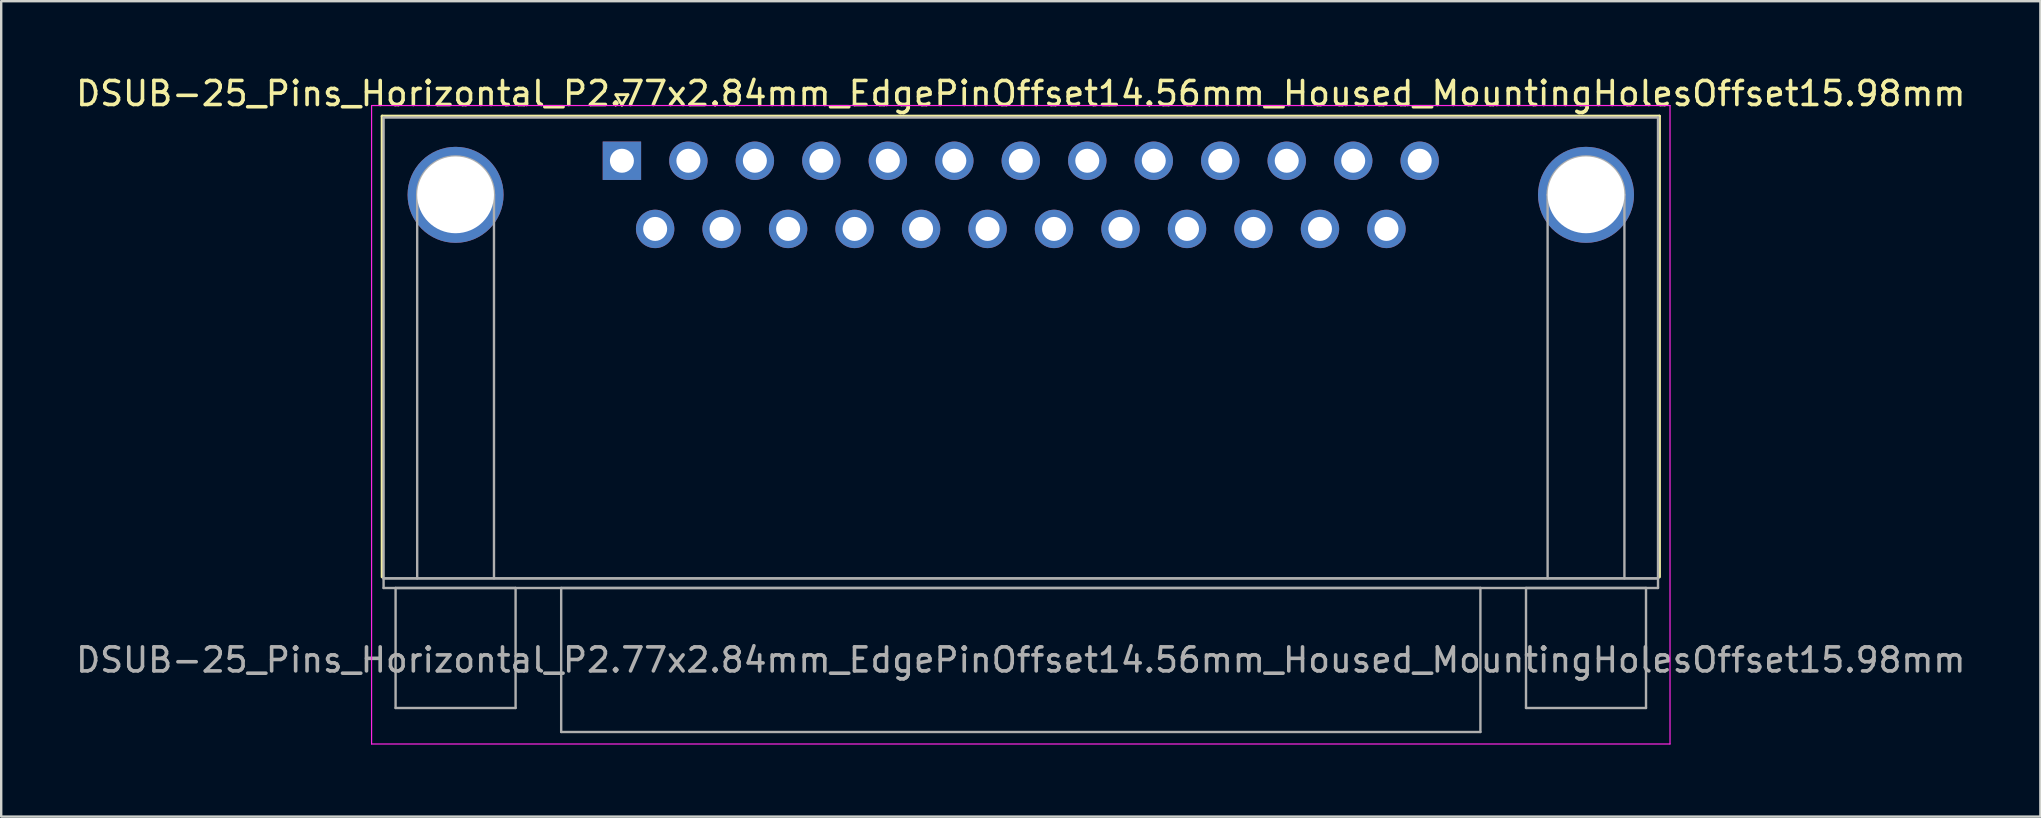
<source format=kicad_pcb>
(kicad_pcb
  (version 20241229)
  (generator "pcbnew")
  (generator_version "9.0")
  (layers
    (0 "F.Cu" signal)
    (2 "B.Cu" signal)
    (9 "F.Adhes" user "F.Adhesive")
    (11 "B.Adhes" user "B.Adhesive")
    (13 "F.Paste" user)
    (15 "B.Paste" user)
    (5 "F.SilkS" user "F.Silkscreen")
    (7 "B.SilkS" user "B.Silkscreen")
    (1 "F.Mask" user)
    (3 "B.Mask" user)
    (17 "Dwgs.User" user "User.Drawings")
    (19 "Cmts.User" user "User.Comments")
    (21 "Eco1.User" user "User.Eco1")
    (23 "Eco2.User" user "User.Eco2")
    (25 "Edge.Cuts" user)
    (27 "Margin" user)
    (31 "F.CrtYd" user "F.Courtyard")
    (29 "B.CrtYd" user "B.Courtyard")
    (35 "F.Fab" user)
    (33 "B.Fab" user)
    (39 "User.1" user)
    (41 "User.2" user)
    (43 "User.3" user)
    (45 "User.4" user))
  (footprint "DSUB-25_Pins_Horizontal_P2.77x2.84mm_EdgePinOffset14.56mm_Housed_MountingHolesOffset15.98mm"
    (layer "F.Cu")
    (at 22.862 3.648)
    (property "Reference" "DSUB-25_Pins_Horizontal_P2.77x2.84mm_EdgePinOffset14.56mm_Housed_MountingHolesOffset15.98mm" (at 16.62 -2.8 0) (layer "F.SilkS") (effects (font (size 1 1) (thickness 0.15))))
    (attr through_hole)
    (fp_line (start -9.99 -1.86) (end 43.23 -1.86) (stroke (width 0.12) (type solid)) (layer "F.SilkS"))
    (fp_line (start -9.99 17.34) (end -9.99 -1.86) (stroke (width 0.12) (type solid)) (layer "F.SilkS"))
    (fp_line (start -0.25 -2.754) (end 0.25 -2.754) (stroke (width 0.12) (type solid)) (layer "F.SilkS"))
    (fp_line (start 0 -2.321) (end -0.25 -2.754) (stroke (width 0.12) (type solid)) (layer "F.SilkS"))
    (fp_line (start 0.25 -2.754) (end 0 -2.321) (stroke (width 0.12) (type solid)) (layer "F.SilkS"))
    (fp_line (start 43.23 -1.86) (end 43.23 17.34) (stroke (width 0.12) (type solid)) (layer "F.SilkS"))
    (fp_line (start -10.43 -2.3) (end -10.43 24.3) (stroke (width 0.05) (type solid)) (layer "F.CrtYd"))
    (fp_line (start -10.43 24.3) (end 43.67 24.3) (stroke (width 0.05) (type solid)) (layer "F.CrtYd"))
    (fp_line (start 43.67 -2.3) (end -10.43 -2.3) (stroke (width 0.05) (type solid)) (layer "F.CrtYd"))
    (fp_line (start 43.67 24.3) (end 43.67 -2.3) (stroke (width 0.05) (type solid)) (layer "F.CrtYd"))
    (fp_line (start -9.93 -1.8) (end -9.93 17.4) (stroke (width 0.1) (type solid)) (layer "F.Fab"))
    (fp_line (start -9.93 17.4) (end -9.93 17.8) (stroke (width 0.1) (type solid)) (layer "F.Fab"))
    (fp_line (start -9.93 17.4) (end 43.17 17.4) (stroke (width 0.1) (type solid)) (layer "F.Fab"))
    (fp_line (start -9.93 17.8) (end 43.17 17.8) (stroke (width 0.1) (type solid)) (layer "F.Fab"))
    (fp_line (start -9.43 17.8) (end -9.43 22.8) (stroke (width 0.1) (type solid)) (layer "F.Fab"))
    (fp_line (start -9.43 22.8) (end -4.43 22.8) (stroke (width 0.1) (type solid)) (layer "F.Fab"))
    (fp_line (start -8.53 17.4) (end -8.53 1.42) (stroke (width 0.1) (type solid)) (layer "F.Fab"))
    (fp_line (start -5.33 17.4) (end -5.33 1.42) (stroke (width 0.1) (type solid)) (layer "F.Fab"))
    (fp_line (start -4.43 17.8) (end -9.43 17.8) (stroke (width 0.1) (type solid)) (layer "F.Fab"))
    (fp_line (start -4.43 22.8) (end -4.43 17.8) (stroke (width 0.1) (type solid)) (layer "F.Fab"))
    (fp_line (start -2.53 17.8) (end -2.53 23.8) (stroke (width 0.1) (type solid)) (layer "F.Fab"))
    (fp_line (start -2.53 23.8) (end 35.77 23.8) (stroke (width 0.1) (type solid)) (layer "F.Fab"))
    (fp_line (start 35.77 17.8) (end -2.53 17.8) (stroke (width 0.1) (type solid)) (layer "F.Fab"))
    (fp_line (start 35.77 23.8) (end 35.77 17.8) (stroke (width 0.1) (type solid)) (layer "F.Fab"))
    (fp_line (start 37.67 17.8) (end 37.67 22.8) (stroke (width 0.1) (type solid)) (layer "F.Fab"))
    (fp_line (start 37.67 22.8) (end 42.67 22.8) (stroke (width 0.1) (type solid)) (layer "F.Fab"))
    (fp_line (start 38.57 17.4) (end 38.57 1.42) (stroke (width 0.1) (type solid)) (layer "F.Fab"))
    (fp_line (start 41.77 17.4) (end 41.77 1.42) (stroke (width 0.1) (type solid)) (layer "F.Fab"))
    (fp_line (start 42.67 17.8) (end 37.67 17.8) (stroke (width 0.1) (type solid)) (layer "F.Fab"))
    (fp_line (start 42.67 22.8) (end 42.67 17.8) (stroke (width 0.1) (type solid)) (layer "F.Fab"))
    (fp_line (start 43.17 -1.8) (end -9.93 -1.8) (stroke (width 0.1) (type solid)) (layer "F.Fab"))
    (fp_line (start 43.17 17.4) (end -9.93 17.4) (stroke (width 0.1) (type solid)) (layer "F.Fab"))
    (fp_line (start 43.17 17.4) (end 43.17 -1.8) (stroke (width 0.1) (type solid)) (layer "F.Fab"))
    (fp_line (start 43.17 17.8) (end 43.17 17.4) (stroke (width 0.1) (type solid)) (layer "F.Fab"))
    (fp_arc (start -8.53 1.42) (mid -6.93 -0.18) (end -5.33 1.42) (stroke (width 0.1) (type solid)) (layer "F.Fab"))
    (fp_arc (start 38.57 1.42) (mid 40.17 -0.18) (end 41.77 1.42) (stroke (width 0.1) (type solid)) (layer "F.Fab"))
    (fp_text user "${REFERENCE}" (at 16.62 20.8 0) (layer "F.Fab") (effects (font (size 1 1) (thickness 0.15))))
    (pad "0" thru_hole circle (at -6.93 1.42) (size 4 4) (drill 3.2) (layers "*.Cu" "*.Mask"))
    (pad "0" thru_hole circle (at 40.17 1.42) (size 4 4) (drill 3.2) (layers "*.Cu" "*.Mask"))
    (pad "1" thru_hole rect (at 0 0) (size 1.6 1.6) (drill 1) (layers "*.Cu" "*.Mask"))
    (pad "2" thru_hole circle (at 2.77 0) (size 1.6 1.6) (drill 1) (layers "*.Cu" "*.Mask"))
    (pad "3" thru_hole circle (at 5.54 0) (size 1.6 1.6) (drill 1) (layers "*.Cu" "*.Mask"))
    (pad "4" thru_hole circle (at 8.31 0) (size 1.6 1.6) (drill 1) (layers "*.Cu" "*.Mask"))
    (pad "5" thru_hole circle (at 11.08 0) (size 1.6 1.6) (drill 1) (layers "*.Cu" "*.Mask"))
    (pad "6" thru_hole circle (at 13.85 0) (size 1.6 1.6) (drill 1) (layers "*.Cu" "*.Mask"))
    (pad "7" thru_hole circle (at 16.62 0) (size 1.6 1.6) (drill 1) (layers "*.Cu" "*.Mask"))
    (pad "8" thru_hole circle (at 19.39 0) (size 1.6 1.6) (drill 1) (layers "*.Cu" "*.Mask"))
    (pad "9" thru_hole circle (at 22.16 0) (size 1.6 1.6) (drill 1) (layers "*.Cu" "*.Mask"))
    (pad "10" thru_hole circle (at 24.93 0) (size 1.6 1.6) (drill 1) (layers "*.Cu" "*.Mask"))
    (pad "11" thru_hole circle (at 27.7 0) (size 1.6 1.6) (drill 1) (layers "*.Cu" "*.Mask"))
    (pad "12" thru_hole circle (at 30.47 0) (size 1.6 1.6) (drill 1) (layers "*.Cu" "*.Mask"))
    (pad "13" thru_hole circle (at 33.24 0) (size 1.6 1.6) (drill 1) (layers "*.Cu" "*.Mask"))
    (pad "14" thru_hole circle (at 1.385 2.84) (size 1.6 1.6) (drill 1) (layers "*.Cu" "*.Mask"))
    (pad "15" thru_hole circle (at 4.155 2.84) (size 1.6 1.6) (drill 1) (layers "*.Cu" "*.Mask"))
    (pad "16" thru_hole circle (at 6.925 2.84) (size 1.6 1.6) (drill 1) (layers "*.Cu" "*.Mask"))
    (pad "17" thru_hole circle (at 9.695 2.84) (size 1.6 1.6) (drill 1) (layers "*.Cu" "*.Mask"))
    (pad "18" thru_hole circle (at 12.465 2.84) (size 1.6 1.6) (drill 1) (layers "*.Cu" "*.Mask"))
    (pad "19" thru_hole circle (at 15.235 2.84) (size 1.6 1.6) (drill 1) (layers "*.Cu" "*.Mask"))
    (pad "20" thru_hole circle (at 18.005 2.84) (size 1.6 1.6) (drill 1) (layers "*.Cu" "*.Mask"))
    (pad "21" thru_hole circle (at 20.775 2.84) (size 1.6 1.6) (drill 1) (layers "*.Cu" "*.Mask"))
    (pad "22" thru_hole circle (at 23.545 2.84) (size 1.6 1.6) (drill 1) (layers "*.Cu" "*.Mask"))
    (pad "23" thru_hole circle (at 26.315 2.84) (size 1.6 1.6) (drill 1) (layers "*.Cu" "*.Mask"))
    (pad "24" thru_hole circle (at 29.085 2.84) (size 1.6 1.6) (drill 1) (layers "*.Cu" "*.Mask"))
    (pad "25" thru_hole circle (at 31.855 2.84) (size 1.6 1.6) (drill 1) (layers "*.Cu" "*.Mask")))
  (gr_rect
    (start -3 -3)
    (end 81.964 30.973)
    (stroke (width 0.1) (type default))
    (fill no)
    (layer "Edge.Cuts")))
</source>
